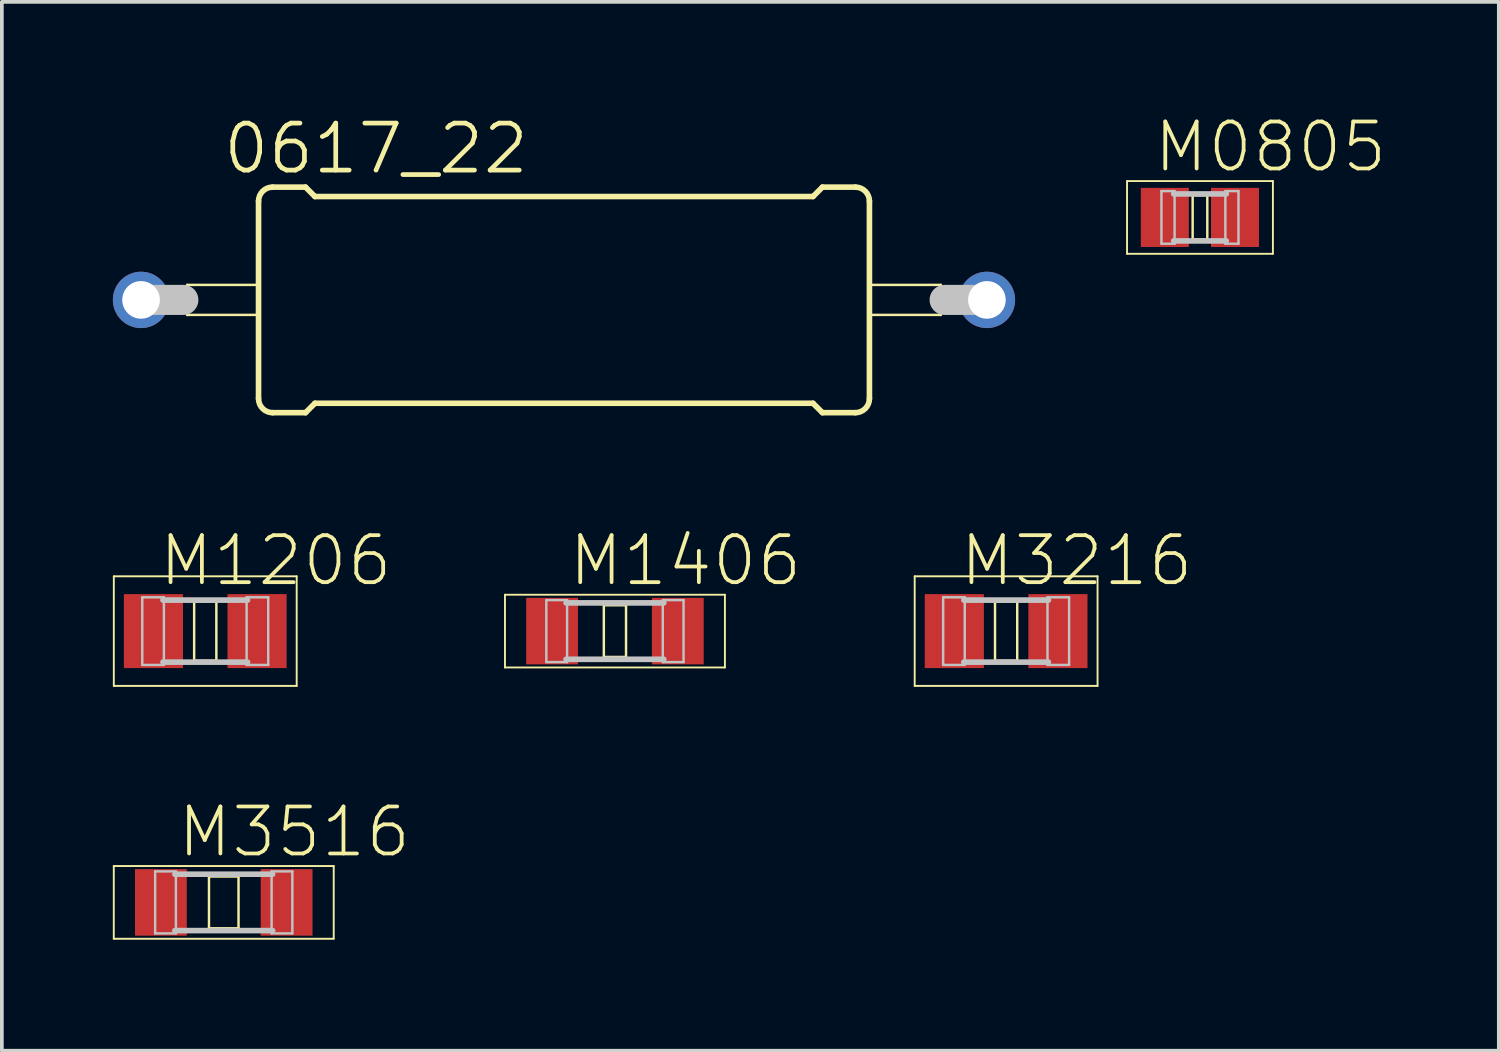
<source format=kicad_pcb>
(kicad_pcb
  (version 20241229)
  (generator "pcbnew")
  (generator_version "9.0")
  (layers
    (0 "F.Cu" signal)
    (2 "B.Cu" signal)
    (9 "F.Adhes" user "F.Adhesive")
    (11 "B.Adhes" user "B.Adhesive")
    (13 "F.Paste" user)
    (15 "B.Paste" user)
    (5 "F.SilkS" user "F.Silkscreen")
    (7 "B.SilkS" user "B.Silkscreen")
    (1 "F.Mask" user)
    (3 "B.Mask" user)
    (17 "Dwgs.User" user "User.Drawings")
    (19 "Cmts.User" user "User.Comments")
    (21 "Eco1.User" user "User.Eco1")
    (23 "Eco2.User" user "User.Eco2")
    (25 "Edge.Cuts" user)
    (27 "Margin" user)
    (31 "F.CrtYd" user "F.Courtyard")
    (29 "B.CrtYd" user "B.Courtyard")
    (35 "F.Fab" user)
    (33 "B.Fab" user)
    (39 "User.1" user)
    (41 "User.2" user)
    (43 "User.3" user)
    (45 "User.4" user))
  (footprint "M0805"
    (layer "F.Cu")
    (at 29.38 2.826)
    (property "Reference" "M0805" (at 1.905 -1.905 0) (layer "F.SilkS") (effects (font (size 1.27 1.27) (thickness 0.102))))
    (attr smd)
    (fp_line (start -1.971 -0.983) (end 1.971 -0.983) (stroke (width 0.051) (type solid)) (layer "F.SilkS"))
    (fp_line (start -1.971 0.983) (end -1.971 -0.983) (stroke (width 0.051) (type solid)) (layer "F.SilkS"))
    (fp_line (start -0.198 -0.599) (end 0.198 -0.599) (stroke (width 0.066) (type solid)) (layer "F.SilkS"))
    (fp_line (start -0.198 0.599) (end -0.198 -0.599) (stroke (width 0.066) (type solid)) (layer "F.SilkS"))
    (fp_line (start -0.198 0.599) (end 0.198 0.599) (stroke (width 0.066) (type solid)) (layer "F.SilkS"))
    (fp_line (start 0.198 0.599) (end 0.198 -0.599) (stroke (width 0.066) (type solid)) (layer "F.SilkS"))
    (fp_line (start 1.971 -0.983) (end 1.971 0.983) (stroke (width 0.051) (type solid)) (layer "F.SilkS"))
    (fp_line (start 1.971 0.983) (end -1.971 0.983) (stroke (width 0.051) (type solid)) (layer "F.SilkS"))
    (fp_line (start -1.041 -0.711) (end -0.686 -0.711) (stroke (width 0.066) (type solid)) (layer "Dwgs.User"))
    (fp_line (start -1.041 0.711) (end -1.041 -0.711) (stroke (width 0.066) (type solid)) (layer "Dwgs.User"))
    (fp_line (start -1.041 0.711) (end -0.686 0.711) (stroke (width 0.066) (type solid)) (layer "Dwgs.User"))
    (fp_line (start -0.686 0.711) (end -0.686 -0.711) (stroke (width 0.066) (type solid)) (layer "Dwgs.User"))
    (fp_line (start 0.686 -0.711) (end 1.041 -0.711) (stroke (width 0.066) (type solid)) (layer "Dwgs.User"))
    (fp_line (start 0.686 0.711) (end 0.686 -0.711) (stroke (width 0.066) (type solid)) (layer "Dwgs.User"))
    (fp_line (start 0.686 0.711) (end 1.041 0.711) (stroke (width 0.066) (type solid)) (layer "Dwgs.User"))
    (fp_line (start 0.711 -0.635) (end -0.711 -0.635) (stroke (width 0.152) (type solid)) (layer "Dwgs.User"))
    (fp_line (start 0.711 0.635) (end -0.711 0.635) (stroke (width 0.152) (type solid)) (layer "Dwgs.User"))
    (fp_line (start 1.041 0.711) (end 1.041 -0.711) (stroke (width 0.066) (type solid)) (layer "Dwgs.User"))
    (pad "1" smd rect (at -0.95 0) (size 1.298 1.598) (layers "F.Cu" "F.Mask" "F.Paste"))
    (pad "2" smd rect (at 0.947 0) (size 1.298 1.598) (layers "F.Cu" "F.Mask" "F.Paste")))
  (footprint "0617_22"
    (layer "F.Cu")
    (at 12.192 5.055)
    (property "Reference" "0617_22" (at -5.08 -4.089 0) (layer "F.SilkS") (effects (font (size 1.27 1.27) (thickness 0.127))))
    (attr exclude_from_pos_files exclude_from_bom)
    (fp_line (start -10.185 -0.406) (end -8.255 -0.406) (stroke (width 0.066) (type solid)) (layer "F.SilkS"))
    (fp_line (start -10.185 0.406) (end -10.185 -0.406) (stroke (width 0.066) (type solid)) (layer "F.SilkS"))
    (fp_line (start -10.185 0.406) (end -8.255 0.406) (stroke (width 0.066) (type solid)) (layer "F.SilkS"))
    (fp_line (start -8.255 0.406) (end -8.255 -0.406) (stroke (width 0.066) (type solid)) (layer "F.SilkS"))
    (fp_line (start -8.255 2.667) (end -8.255 -2.667) (stroke (width 0.152) (type solid)) (layer "F.SilkS"))
    (fp_line (start -7.874 -3.048) (end -6.985 -3.048) (stroke (width 0.152) (type solid)) (layer "F.SilkS"))
    (fp_line (start -7.874 3.048) (end -6.985 3.048) (stroke (width 0.152) (type solid)) (layer "F.SilkS"))
    (fp_line (start -6.731 -2.794) (end -6.985 -3.048) (stroke (width 0.152) (type solid)) (layer "F.SilkS"))
    (fp_line (start -6.731 2.794) (end -6.985 3.048) (stroke (width 0.152) (type solid)) (layer "F.SilkS"))
    (fp_line (start 6.731 -2.794) (end -6.731 -2.794) (stroke (width 0.152) (type solid)) (layer "F.SilkS"))
    (fp_line (start 6.731 -2.794) (end 6.985 -3.048) (stroke (width 0.152) (type solid)) (layer "F.SilkS"))
    (fp_line (start 6.731 2.794) (end -6.731 2.794) (stroke (width 0.152) (type solid)) (layer "F.SilkS"))
    (fp_line (start 6.731 2.794) (end 6.985 3.048) (stroke (width 0.152) (type solid)) (layer "F.SilkS"))
    (fp_line (start 7.874 -3.048) (end 6.985 -3.048) (stroke (width 0.152) (type solid)) (layer "F.SilkS"))
    (fp_line (start 7.874 3.048) (end 6.985 3.048) (stroke (width 0.152) (type solid)) (layer "F.SilkS"))
    (fp_line (start 8.255 -0.406) (end 10.185 -0.406) (stroke (width 0.066) (type solid)) (layer "F.SilkS"))
    (fp_line (start 8.255 0.406) (end 8.255 -0.406) (stroke (width 0.066) (type solid)) (layer "F.SilkS"))
    (fp_line (start 8.255 0.406) (end 10.185 0.406) (stroke (width 0.066) (type solid)) (layer "F.SilkS"))
    (fp_line (start 8.255 2.667) (end 8.255 -2.667) (stroke (width 0.152) (type solid)) (layer "F.SilkS"))
    (fp_line (start 10.185 0.406) (end 10.185 -0.406) (stroke (width 0.066) (type solid)) (layer "F.SilkS"))
    (fp_arc (start -8.255 -2.667) (mid -8.143408 -2.936408) (end -7.874 -3.048) (stroke (width 0.1524) (type solid)) (layer "F.SilkS"))
    (fp_arc (start -7.874 3.048) (mid -8.143408 2.936408) (end -8.255 2.667) (stroke (width 0.1524) (type solid)) (layer "F.SilkS"))
    (fp_arc (start 7.874 -3.048) (mid 8.143408 -2.936408) (end 8.255 -2.667) (stroke (width 0.1524) (type solid)) (layer "F.SilkS"))
    (fp_arc (start 8.255 2.667) (mid 8.143408 2.936408) (end 7.874 3.048) (stroke (width 0.1524) (type solid)) (layer "F.SilkS"))
    (fp_line (start -10.287 0) (end -11.43 0) (stroke (width 0.813) (type solid)) (layer "Dwgs.User"))
    (fp_line (start 11.43 0) (end 10.287 0) (stroke (width 0.813) (type solid)) (layer "Dwgs.User"))
    (pad "1" thru_hole circle (at -11.43 0) (size 1.524 1.524) (drill 1.016) (layers "*.Cu" "*.Paste" "*.Mask"))
    (pad "2" thru_hole circle (at 11.43 0) (size 1.524 1.524) (drill 1.016) (layers "*.Cu" "*.Paste" "*.Mask")))
  (footprint "M1406"
    (layer "F.Cu")
    (at 13.569 14.006)
    (property "Reference" "M1406" (at 1.905 -1.905 0) (layer "F.SilkS") (effects (font (size 1.27 1.27) (thickness 0.102))))
    (attr smd)
    (fp_line (start -2.972 -0.983) (end 2.972 -0.983) (stroke (width 0.051) (type solid)) (layer "F.SilkS"))
    (fp_line (start -2.972 0.983) (end -2.972 -0.983) (stroke (width 0.051) (type solid)) (layer "F.SilkS"))
    (fp_line (start -0.3 -0.699) (end 0.3 -0.699) (stroke (width 0.066) (type solid)) (layer "F.SilkS"))
    (fp_line (start -0.3 0.699) (end -0.3 -0.699) (stroke (width 0.066) (type solid)) (layer "F.SilkS"))
    (fp_line (start -0.3 0.699) (end 0.3 0.699) (stroke (width 0.066) (type solid)) (layer "F.SilkS"))
    (fp_line (start 0.3 0.699) (end 0.3 -0.699) (stroke (width 0.066) (type solid)) (layer "F.SilkS"))
    (fp_line (start 2.972 -0.983) (end 2.972 0.983) (stroke (width 0.051) (type solid)) (layer "F.SilkS"))
    (fp_line (start 2.972 0.983) (end -2.972 0.983) (stroke (width 0.051) (type solid)) (layer "F.SilkS"))
    (fp_line (start -1.854 -0.838) (end -1.293 -0.838) (stroke (width 0.066) (type solid)) (layer "Dwgs.User"))
    (fp_line (start -1.854 0.838) (end -1.854 -0.838) (stroke (width 0.066) (type solid)) (layer "Dwgs.User"))
    (fp_line (start -1.854 0.838) (end -1.293 0.838) (stroke (width 0.066) (type solid)) (layer "Dwgs.User"))
    (fp_line (start -1.293 0.838) (end -1.293 -0.838) (stroke (width 0.066) (type solid)) (layer "Dwgs.User"))
    (fp_line (start 1.293 -0.838) (end 1.854 -0.838) (stroke (width 0.066) (type solid)) (layer "Dwgs.User"))
    (fp_line (start 1.293 0.838) (end 1.293 -0.838) (stroke (width 0.066) (type solid)) (layer "Dwgs.User"))
    (fp_line (start 1.293 0.838) (end 1.854 0.838) (stroke (width 0.066) (type solid)) (layer "Dwgs.User"))
    (fp_line (start 1.321 -0.762) (end -1.321 -0.762) (stroke (width 0.152) (type solid)) (layer "Dwgs.User"))
    (fp_line (start 1.321 0.762) (end -1.321 0.762) (stroke (width 0.152) (type solid)) (layer "Dwgs.User"))
    (fp_line (start 1.854 0.838) (end 1.854 -0.838) (stroke (width 0.066) (type solid)) (layer "Dwgs.User"))
    (pad "1" smd rect (at -1.699 0) (size 1.4 1.798) (layers "F.Cu" "F.Mask" "F.Paste"))
    (pad "2" smd rect (at 1.699 0) (size 1.4 1.798) (layers "F.Cu" "F.Mask" "F.Paste")))
  (footprint "M3516"
    (layer "F.Cu")
    (at 2.997 21.338)
    (property "Reference" "M3516" (at 1.905 -1.905 0) (layer "F.SilkS") (effects (font (size 1.27 1.27) (thickness 0.102))))
    (attr smd)
    (fp_line (start -2.972 -0.983) (end 2.972 -0.983) (stroke (width 0.051) (type solid)) (layer "F.SilkS"))
    (fp_line (start -2.972 0.983) (end -2.972 -0.983) (stroke (width 0.051) (type solid)) (layer "F.SilkS"))
    (fp_line (start -0.399 -0.699) (end 0.399 -0.699) (stroke (width 0.066) (type solid)) (layer "F.SilkS"))
    (fp_line (start -0.399 0.699) (end -0.399 -0.699) (stroke (width 0.066) (type solid)) (layer "F.SilkS"))
    (fp_line (start -0.399 0.699) (end 0.399 0.699) (stroke (width 0.066) (type solid)) (layer "F.SilkS"))
    (fp_line (start 0.399 0.699) (end 0.399 -0.699) (stroke (width 0.066) (type solid)) (layer "F.SilkS"))
    (fp_line (start 2.972 -0.983) (end 2.972 0.983) (stroke (width 0.051) (type solid)) (layer "F.SilkS"))
    (fp_line (start 2.972 0.983) (end -2.972 0.983) (stroke (width 0.051) (type solid)) (layer "F.SilkS"))
    (fp_line (start -1.854 -0.838) (end -1.293 -0.838) (stroke (width 0.066) (type solid)) (layer "Dwgs.User"))
    (fp_line (start -1.854 0.838) (end -1.854 -0.838) (stroke (width 0.066) (type solid)) (layer "Dwgs.User"))
    (fp_line (start -1.854 0.838) (end -1.293 0.838) (stroke (width 0.066) (type solid)) (layer "Dwgs.User"))
    (fp_line (start -1.293 0.838) (end -1.293 -0.838) (stroke (width 0.066) (type solid)) (layer "Dwgs.User"))
    (fp_line (start 1.293 -0.838) (end 1.854 -0.838) (stroke (width 0.066) (type solid)) (layer "Dwgs.User"))
    (fp_line (start 1.293 0.838) (end 1.293 -0.838) (stroke (width 0.066) (type solid)) (layer "Dwgs.User"))
    (fp_line (start 1.293 0.838) (end 1.854 0.838) (stroke (width 0.066) (type solid)) (layer "Dwgs.User"))
    (fp_line (start 1.321 -0.762) (end -1.321 -0.762) (stroke (width 0.152) (type solid)) (layer "Dwgs.User"))
    (fp_line (start 1.321 0.762) (end -1.321 0.762) (stroke (width 0.152) (type solid)) (layer "Dwgs.User"))
    (fp_line (start 1.854 0.838) (end 1.854 -0.838) (stroke (width 0.066) (type solid)) (layer "Dwgs.User"))
    (pad "1" smd rect (at -1.699 0) (size 1.4 1.798) (layers "F.Cu" "F.Mask" "F.Paste"))
    (pad "2" smd rect (at 1.699 0) (size 1.4 1.798) (layers "F.Cu" "F.Mask" "F.Paste")))
  (footprint "M1206"
    (layer "F.Cu")
    (at 2.497 14.006)
    (property "Reference" "M1206" (at 1.905 -1.905 0) (layer "F.SilkS") (effects (font (size 1.27 1.27) (thickness 0.102))))
    (attr smd)
    (fp_line (start -2.471 -1.481) (end 2.471 -1.481) (stroke (width 0.051) (type solid)) (layer "F.SilkS"))
    (fp_line (start -2.471 1.481) (end -2.471 -1.481) (stroke (width 0.051) (type solid)) (layer "F.SilkS"))
    (fp_line (start -0.3 -0.8) (end 0.3 -0.8) (stroke (width 0.066) (type solid)) (layer "F.SilkS"))
    (fp_line (start -0.3 0.8) (end -0.3 -0.8) (stroke (width 0.066) (type solid)) (layer "F.SilkS"))
    (fp_line (start -0.3 0.8) (end 0.3 0.8) (stroke (width 0.066) (type solid)) (layer "F.SilkS"))
    (fp_line (start 0.3 0.8) (end 0.3 -0.8) (stroke (width 0.066) (type solid)) (layer "F.SilkS"))
    (fp_line (start 2.471 -1.481) (end 2.471 1.481) (stroke (width 0.051) (type solid)) (layer "F.SilkS"))
    (fp_line (start 2.471 1.481) (end -2.471 1.481) (stroke (width 0.051) (type solid)) (layer "F.SilkS"))
    (fp_line (start -1.702 -0.914) (end -1.118 -0.914) (stroke (width 0.066) (type solid)) (layer "Dwgs.User"))
    (fp_line (start -1.702 0.914) (end -1.702 -0.914) (stroke (width 0.066) (type solid)) (layer "Dwgs.User"))
    (fp_line (start -1.702 0.914) (end -1.118 0.914) (stroke (width 0.066) (type solid)) (layer "Dwgs.User"))
    (fp_line (start -1.118 0.914) (end -1.118 -0.914) (stroke (width 0.066) (type solid)) (layer "Dwgs.User"))
    (fp_line (start 1.118 -0.914) (end 1.702 -0.914) (stroke (width 0.066) (type solid)) (layer "Dwgs.User"))
    (fp_line (start 1.118 0.914) (end 1.118 -0.914) (stroke (width 0.066) (type solid)) (layer "Dwgs.User"))
    (fp_line (start 1.118 0.914) (end 1.702 0.914) (stroke (width 0.066) (type solid)) (layer "Dwgs.User"))
    (fp_line (start 1.143 -0.838) (end -1.143 -0.838) (stroke (width 0.152) (type solid)) (layer "Dwgs.User"))
    (fp_line (start 1.143 0.838) (end -1.143 0.838) (stroke (width 0.152) (type solid)) (layer "Dwgs.User"))
    (fp_line (start 1.702 0.914) (end 1.702 -0.914) (stroke (width 0.066) (type solid)) (layer "Dwgs.User"))
    (pad "1" smd rect (at -1.4 0) (size 1.598 1.999) (layers "F.Cu" "F.Mask" "F.Paste"))
    (pad "2" smd rect (at 1.4 0) (size 1.598 1.999) (layers "F.Cu" "F.Mask" "F.Paste")))
  (footprint "M3216"
    (layer "F.Cu")
    (at 24.141 14.006)
    (property "Reference" "M3216" (at 1.905 -1.905 0) (layer "F.SilkS") (effects (font (size 1.27 1.27) (thickness 0.102))))
    (attr smd)
    (fp_line (start -2.471 -1.481) (end 2.471 -1.481) (stroke (width 0.051) (type solid)) (layer "F.SilkS"))
    (fp_line (start -2.471 1.481) (end -2.471 -1.481) (stroke (width 0.051) (type solid)) (layer "F.SilkS"))
    (fp_line (start -0.3 -0.8) (end 0.3 -0.8) (stroke (width 0.066) (type solid)) (layer "F.SilkS"))
    (fp_line (start -0.3 0.8) (end -0.3 -0.8) (stroke (width 0.066) (type solid)) (layer "F.SilkS"))
    (fp_line (start -0.3 0.8) (end 0.3 0.8) (stroke (width 0.066) (type solid)) (layer "F.SilkS"))
    (fp_line (start 0.3 0.8) (end 0.3 -0.8) (stroke (width 0.066) (type solid)) (layer "F.SilkS"))
    (fp_line (start 2.471 -1.481) (end 2.471 1.481) (stroke (width 0.051) (type solid)) (layer "F.SilkS"))
    (fp_line (start 2.471 1.481) (end -2.471 1.481) (stroke (width 0.051) (type solid)) (layer "F.SilkS"))
    (fp_line (start -1.702 -0.914) (end -1.118 -0.914) (stroke (width 0.066) (type solid)) (layer "Dwgs.User"))
    (fp_line (start -1.702 0.914) (end -1.702 -0.914) (stroke (width 0.066) (type solid)) (layer "Dwgs.User"))
    (fp_line (start -1.702 0.914) (end -1.118 0.914) (stroke (width 0.066) (type solid)) (layer "Dwgs.User"))
    (fp_line (start -1.118 0.914) (end -1.118 -0.914) (stroke (width 0.066) (type solid)) (layer "Dwgs.User"))
    (fp_line (start 1.118 -0.914) (end 1.702 -0.914) (stroke (width 0.066) (type solid)) (layer "Dwgs.User"))
    (fp_line (start 1.118 0.914) (end 1.118 -0.914) (stroke (width 0.066) (type solid)) (layer "Dwgs.User"))
    (fp_line (start 1.118 0.914) (end 1.702 0.914) (stroke (width 0.066) (type solid)) (layer "Dwgs.User"))
    (fp_line (start 1.143 -0.838) (end -1.143 -0.838) (stroke (width 0.152) (type solid)) (layer "Dwgs.User"))
    (fp_line (start 1.143 0.838) (end -1.143 0.838) (stroke (width 0.152) (type solid)) (layer "Dwgs.User"))
    (fp_line (start 1.702 0.914) (end 1.702 -0.914) (stroke (width 0.066) (type solid)) (layer "Dwgs.User"))
    (pad "1" smd rect (at -1.4 0) (size 1.598 1.999) (layers "F.Cu" "F.Mask" "F.Paste"))
    (pad "2" smd rect (at 1.4 0) (size 1.598 1.999) (layers "F.Cu" "F.Mask" "F.Paste")))
  (gr_rect
    (start -3 -3)
    (end 37.456 25.347)
    (stroke (width 0.1) (type default))
    (fill no)
    (layer "Edge.Cuts")))
</source>
